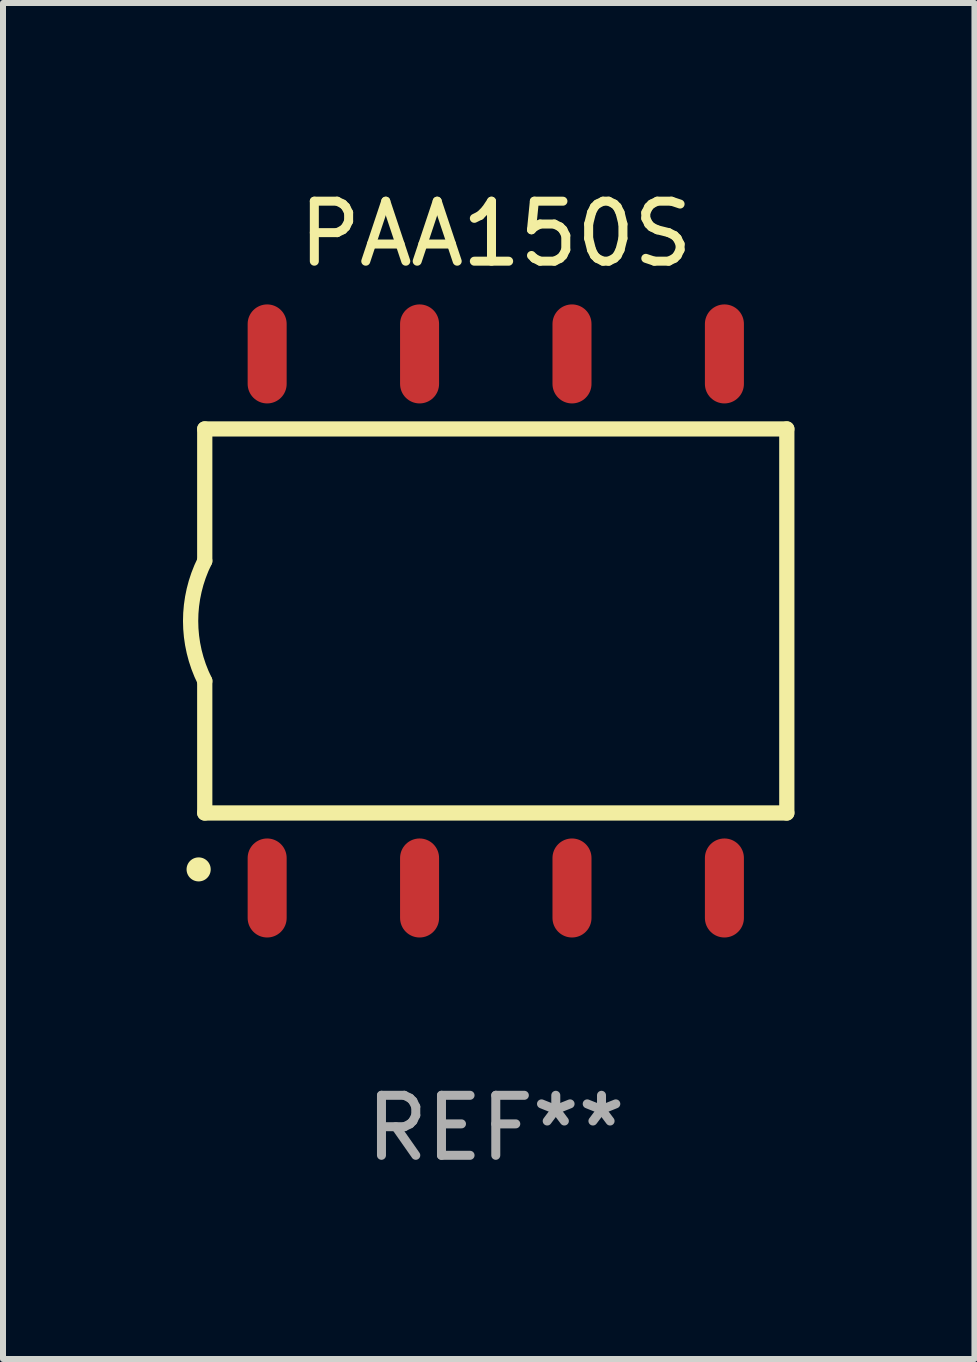
<source format=kicad_pcb>
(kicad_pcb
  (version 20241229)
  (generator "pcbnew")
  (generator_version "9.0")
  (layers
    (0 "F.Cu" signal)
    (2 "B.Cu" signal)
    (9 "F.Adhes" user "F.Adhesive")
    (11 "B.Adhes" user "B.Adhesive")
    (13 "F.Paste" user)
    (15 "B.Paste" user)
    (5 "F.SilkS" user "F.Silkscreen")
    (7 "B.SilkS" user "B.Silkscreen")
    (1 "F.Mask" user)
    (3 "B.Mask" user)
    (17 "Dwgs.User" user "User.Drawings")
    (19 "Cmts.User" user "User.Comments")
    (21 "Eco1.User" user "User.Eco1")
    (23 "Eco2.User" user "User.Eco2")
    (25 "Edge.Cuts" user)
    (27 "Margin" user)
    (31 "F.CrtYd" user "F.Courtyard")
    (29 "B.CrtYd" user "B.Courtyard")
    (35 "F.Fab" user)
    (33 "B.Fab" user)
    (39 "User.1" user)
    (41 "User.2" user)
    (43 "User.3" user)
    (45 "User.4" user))
  (footprint "PAA150S"
    (layer "F.Cu")
    (at 5.212 7.298)
    (property "Reference" "PAA150S" (at 0 -6.45 0) (layer "F.SilkS") (effects (font (size 1 1) (thickness 0.15))))
    (attr through_hole)
    (fp_line (start -4.85 -3.2) (end -4.85 -1) (stroke (width 0.254) (type solid)) (layer "F.SilkS"))
    (fp_line (start -4.85 -3.2) (end 4.85 -3.2) (stroke (width 0.254) (type solid)) (layer "F.SilkS"))
    (fp_line (start -4.85 3.2) (end -4.85 1) (stroke (width 0.254) (type solid)) (layer "F.SilkS"))
    (fp_line (start 4.85 -3.2) (end 4.85 3.2) (stroke (width 0.254) (type solid)) (layer "F.SilkS"))
    (fp_line (start 4.85 3.2) (end -4.85 3.2) (stroke (width 0.254) (type solid)) (layer "F.SilkS"))
    (fp_arc (start -4.95301 4.140208) (mid -4.95174 4.140204) (end -4.95047 4.140208) (stroke (width 0.4) (type solid)) (layer "F.SilkS"))
    (fp_arc (start -4.84887 1.000762) (mid -5.085418 0.000516) (end -4.850013 -1) (stroke (width 0.254001) (type solid)) (layer "F.SilkS"))
    (fp_text user "REF**" (at 0 8.45 0) (layer "F.Fab") (effects (font (size 1 1) (thickness 0.15))))
    (pad "1" smd oval (at -3.81 4.45) (size 0.65 1.65) (layers "F.Cu" "F.Mask" "F.Paste"))
    (pad "2" smd oval (at -1.27 4.45) (size 0.65 1.65) (layers "F.Cu" "F.Mask" "F.Paste"))
    (pad "3" smd oval (at 1.27 4.45) (size 0.65 1.65) (layers "F.Cu" "F.Mask" "F.Paste"))
    (pad "4" smd oval (at 3.81 4.45) (size 0.65 1.65) (layers "F.Cu" "F.Mask" "F.Paste"))
    (pad "5" smd oval (at 3.81 -4.45 180) (size 0.65 1.65) (layers "F.Cu" "F.Mask" "F.Paste"))
    (pad "6" smd oval (at 1.27 -4.45 180) (size 0.65 1.65) (layers "F.Cu" "F.Mask" "F.Paste"))
    (pad "7" smd oval (at -1.27 -4.45 180) (size 0.65 1.65) (layers "F.Cu" "F.Mask" "F.Paste"))
    (pad "8" smd oval (at -3.81 -4.45 180) (size 0.65 1.65) (layers "F.Cu" "F.Mask" "F.Paste")))
  (gr_rect
    (start -3 -3)
    (end 13.189 19.597)
    (stroke (width 0.1) (type default))
    (fill no)
    (layer "Edge.Cuts")))
</source>
